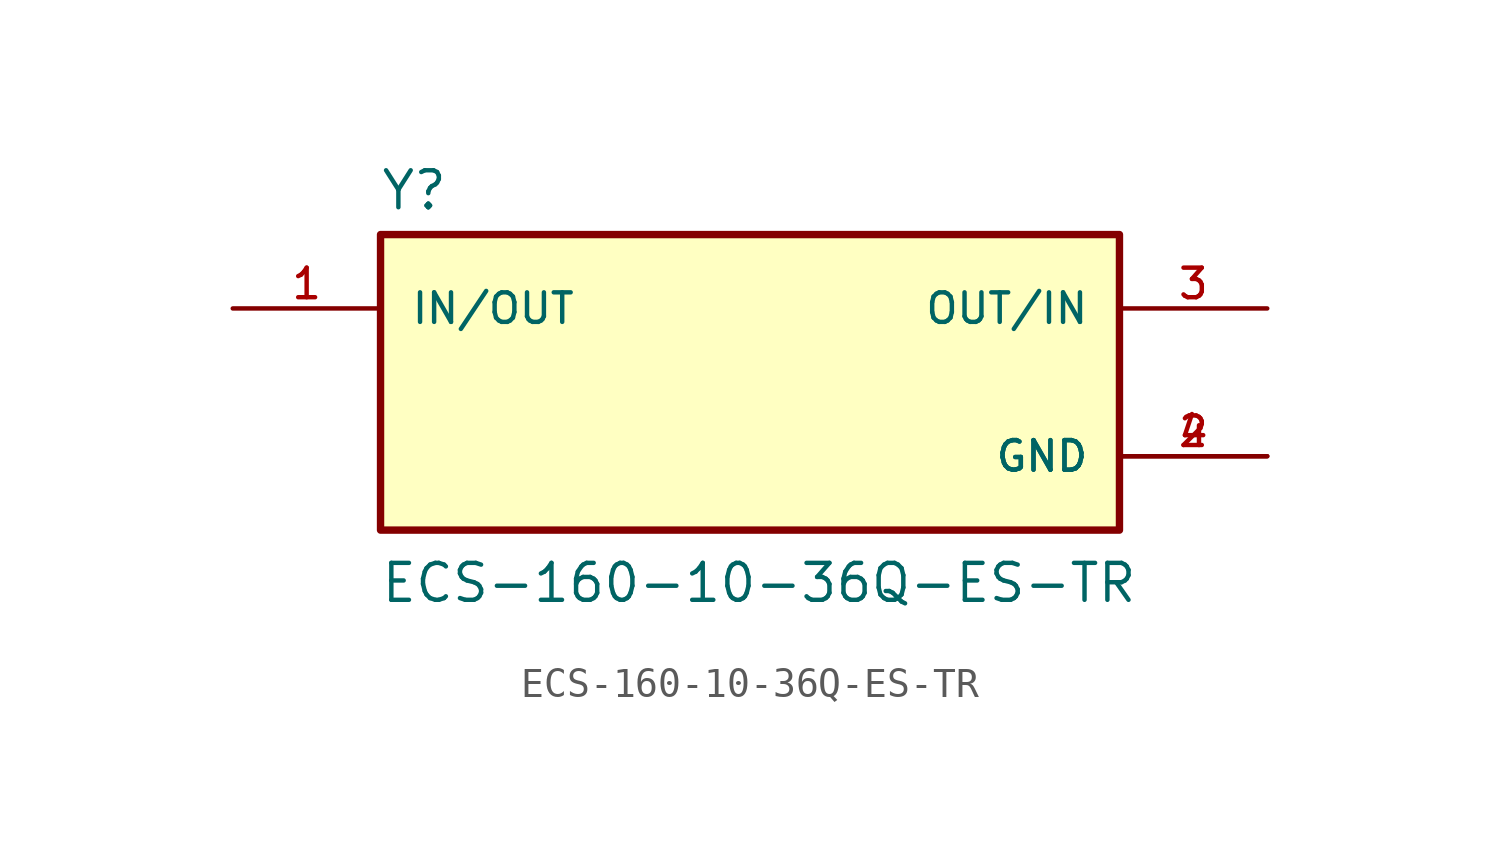
<source format=kicad_sym>
(kicad_symbol_lib
  (version 20211014)
  (generator kicad_symbol_editor)
  (symbol "ECS-160-10-36Q-ES-TR"
    (pin_names
      (offset 1.016))
    (property "Reference" "Y"
      (at -12.731 5.856 0)
      (effects (font (size 1.27 1.27)) (justify bottom left)))
    (property "Value" "ECS-160-10-36Q-ES-TR"
      (at -12.731 -7.639 0)
      (effects (font (size 1.27 1.27)) (justify bottom left)))
    (symbol "ECS-160-10-36Q-ES-TR_0_0"
      (rectangle (start -12.7 -5.08) (end 12.7 5.08) (stroke (width 0.254)) (fill (type background)))
      (pin bidirectional line (at 17.78 2.54 180.0) (length 5.08) (name "OUT/IN" (effects (font (size 1.016 1.016)))) (number "3" (effects (font (size 1.016 1.016)))))
      (pin bidirectional line (at -17.78 2.54 0) (length 5.08) (name "IN/OUT" (effects (font (size 1.016 1.016)))) (number "1" (effects (font (size 1.016 1.016)))))
      (pin power_in line (at 17.78 -2.54 180.0) (length 5.08) (name "GND" (effects (font (size 1.016 1.016)))) (number "2" (effects (font (size 1.016 1.016)))))
      (pin power_in line (at 17.78 -2.54 180.0) (length 5.08) (name "GND" (effects (font (size 1.016 1.016)))) (number "4" (effects (font (size 1.016 1.016))))))))
</source>
